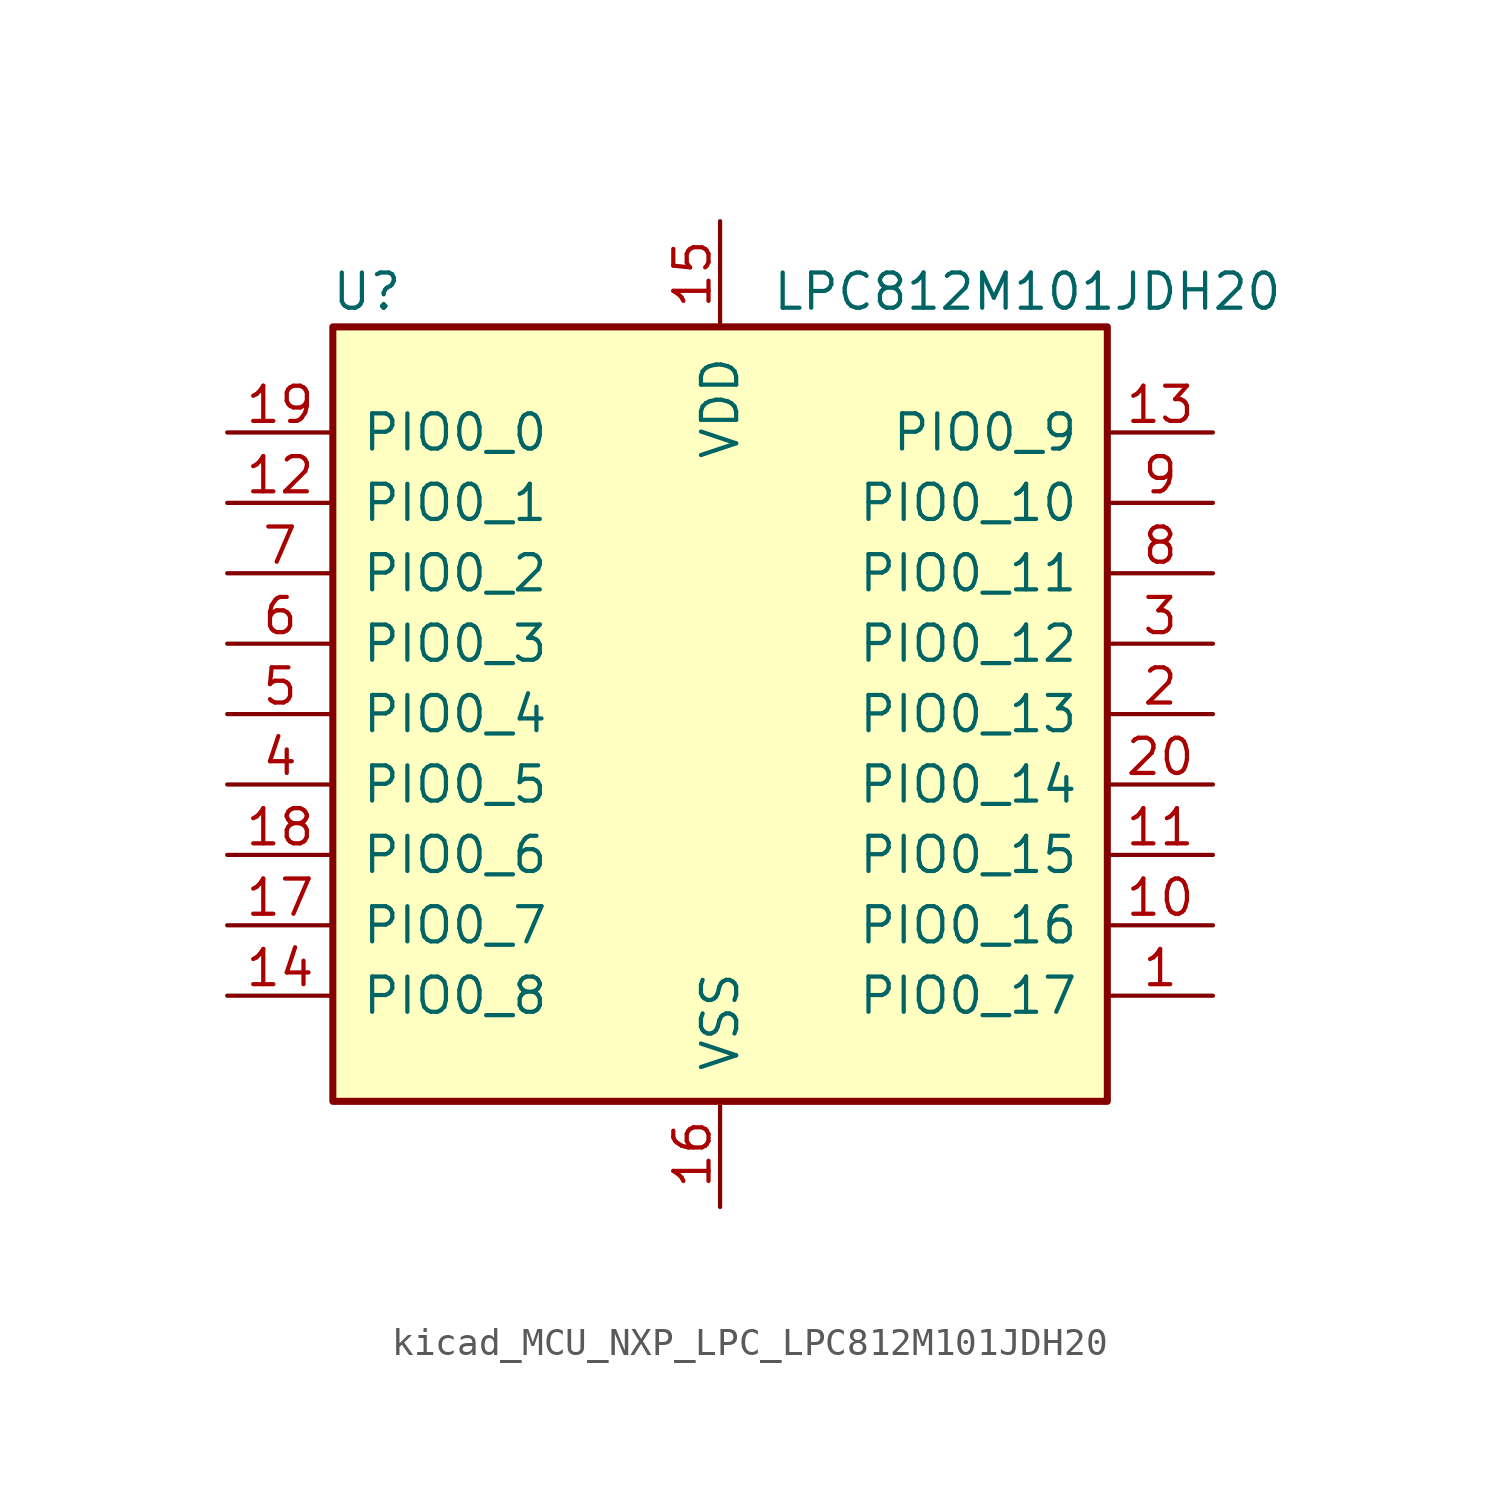
<source format=kicad_sym>
(kicad_symbol_lib
  (version 20220914)
  (generator kicad_symbol_editor)
  (symbol "kicad_MCU_NXP_LPC_LPC812M101JDH20"
    (pin_names
      (offset 1.016))
    (property "Reference" "U"
      (at -11.43 15.24 0)
      (effects (font (size 1.27 1.27)) (justify right)))
    (property "Value" "LPC812M101JDH20"
      (at 20.32 15.24 0)
      (effects (font (size 1.27 1.27)) (justify right)))
    (symbol "kicad_MCU_NXP_LPC_LPC812M101JDH20_0_1"
      (rectangle (start 13.97 13.97) (end -13.97 -13.97) (stroke (width 0.254) (type default)) (fill (type background))))
    (symbol "kicad_MCU_NXP_LPC_LPC812M101JDH20_1_1"
      (pin bidirectional line (at 17.78 -10.16 180) (length 3.81) (name "PIO0_17" (effects (font (size 1.27 1.27)))) (number "1" (effects (font (size 1.27 1.27)))))
      (pin bidirectional line (at 17.78 -7.62 180) (length 3.81) (name "PIO0_16" (effects (font (size 1.27 1.27)))) (number "10" (effects (font (size 1.27 1.27)))))
      (pin bidirectional line (at 17.78 -5.08 180) (length 3.81) (name "PIO0_15" (effects (font (size 1.27 1.27)))) (number "11" (effects (font (size 1.27 1.27)))))
      (pin bidirectional line (at -17.78 7.62 0) (length 3.81) (name "PIO0_1" (effects (font (size 1.27 1.27)))) (number "12" (effects (font (size 1.27 1.27)))))
      (pin bidirectional line (at 17.78 10.16 180) (length 3.81) (name "PIO0_9" (effects (font (size 1.27 1.27)))) (number "13" (effects (font (size 1.27 1.27)))))
      (pin bidirectional line (at -17.78 -10.16 0) (length 3.81) (name "PIO0_8" (effects (font (size 1.27 1.27)))) (number "14" (effects (font (size 1.27 1.27)))))
      (pin power_in line (at 0 17.78 270) (length 3.81) (name "VDD" (effects (font (size 1.27 1.27)))) (number "15" (effects (font (size 1.27 1.27)))))
      (pin power_in line (at 0 -17.78 90) (length 3.81) (name "VSS" (effects (font (size 1.27 1.27)))) (number "16" (effects (font (size 1.27 1.27)))))
      (pin bidirectional line (at -17.78 -7.62 0) (length 3.81) (name "PIO0_7" (effects (font (size 1.27 1.27)))) (number "17" (effects (font (size 1.27 1.27)))))
      (pin bidirectional line (at -17.78 -5.08 0) (length 3.81) (name "PIO0_6" (effects (font (size 1.27 1.27)))) (number "18" (effects (font (size 1.27 1.27)))))
      (pin bidirectional line (at -17.78 10.16 0) (length 3.81) (name "PIO0_0" (effects (font (size 1.27 1.27)))) (number "19" (effects (font (size 1.27 1.27)))))
      (pin bidirectional line (at 17.78 0 180) (length 3.81) (name "PIO0_13" (effects (font (size 1.27 1.27)))) (number "2" (effects (font (size 1.27 1.27)))))
      (pin bidirectional line (at 17.78 -2.54 180) (length 3.81) (name "PIO0_14" (effects (font (size 1.27 1.27)))) (number "20" (effects (font (size 1.27 1.27)))))
      (pin bidirectional line (at 17.78 2.54 180) (length 3.81) (name "PIO0_12" (effects (font (size 1.27 1.27)))) (number "3" (effects (font (size 1.27 1.27)))))
      (pin bidirectional line (at -17.78 -2.54 0) (length 3.81) (name "PIO0_5" (effects (font (size 1.27 1.27)))) (number "4" (effects (font (size 1.27 1.27)))))
      (pin bidirectional line (at -17.78 0 0) (length 3.81) (name "PIO0_4" (effects (font (size 1.27 1.27)))) (number "5" (effects (font (size 1.27 1.27)))))
      (pin bidirectional line (at -17.78 2.54 0) (length 3.81) (name "PIO0_3" (effects (font (size 1.27 1.27)))) (number "6" (effects (font (size 1.27 1.27)))))
      (pin bidirectional line (at -17.78 5.08 0) (length 3.81) (name "PIO0_2" (effects (font (size 1.27 1.27)))) (number "7" (effects (font (size 1.27 1.27)))))
      (pin bidirectional line (at 17.78 5.08 180) (length 3.81) (name "PIO0_11" (effects (font (size 1.27 1.27)))) (number "8" (effects (font (size 1.27 1.27)))))
      (pin bidirectional line (at 17.78 7.62 180) (length 3.81) (name "PIO0_10" (effects (font (size 1.27 1.27)))) (number "9" (effects (font (size 1.27 1.27))))))))
</source>
